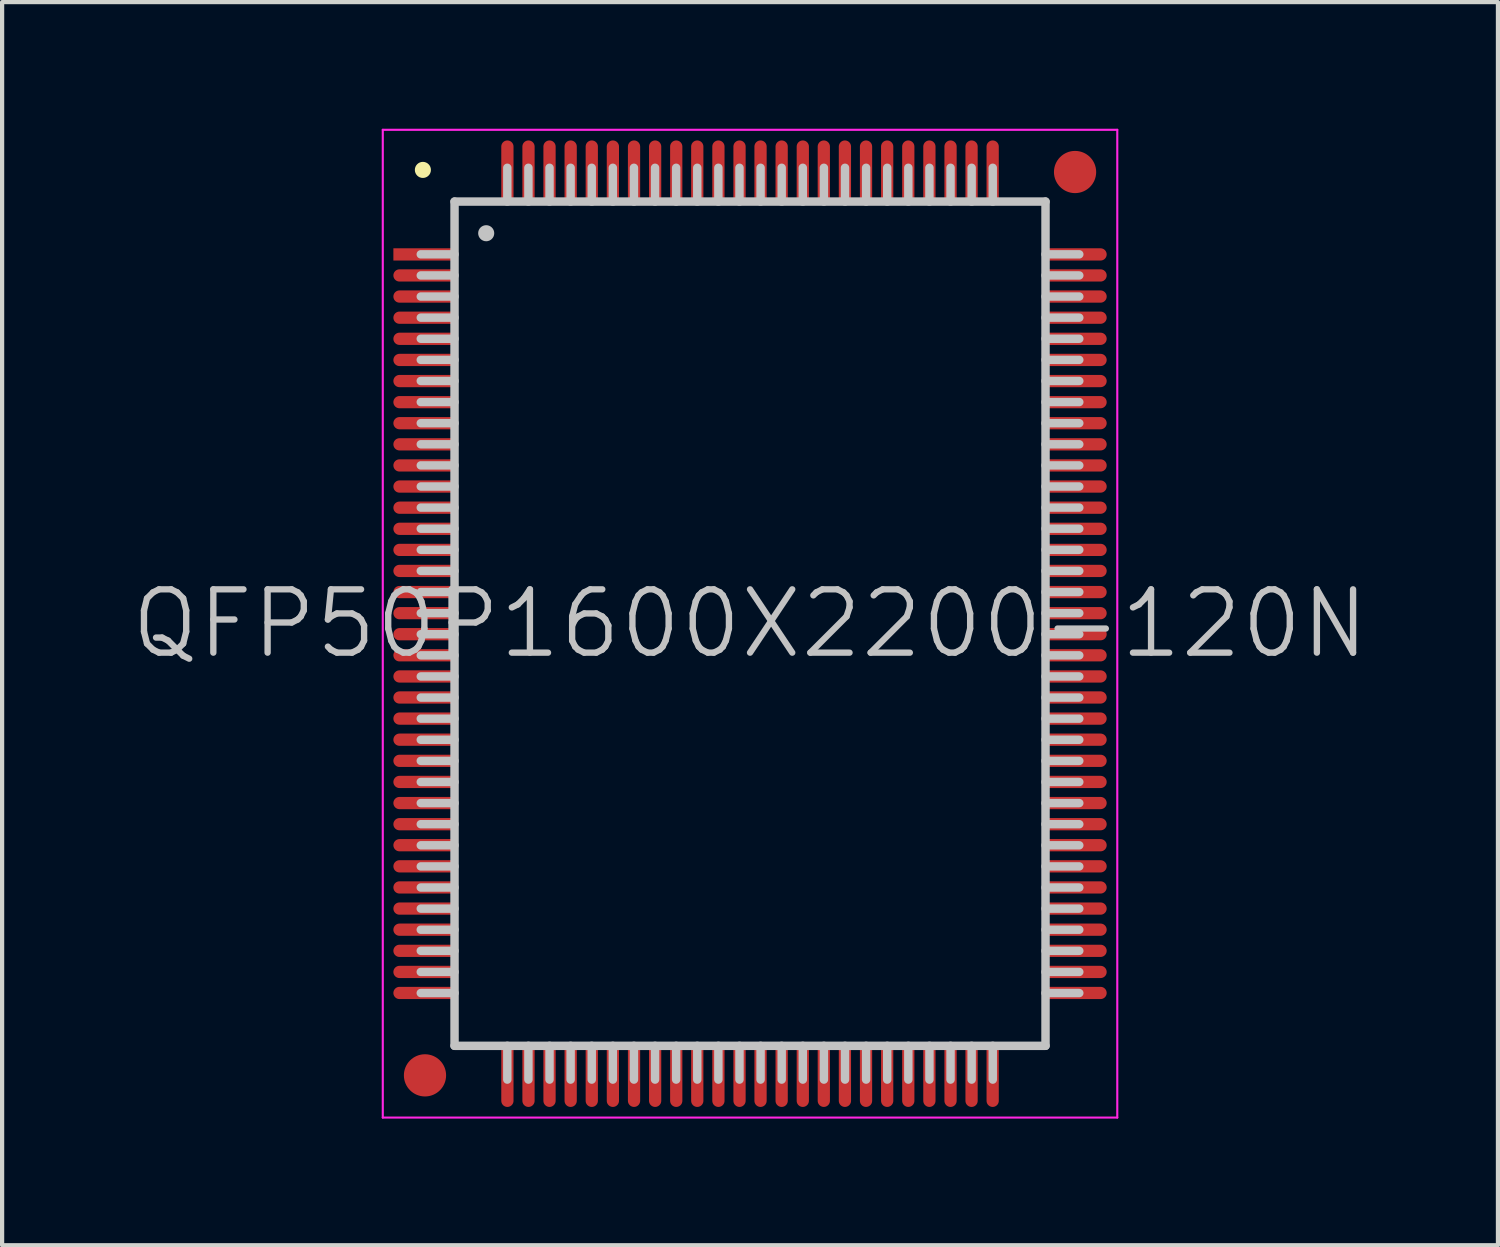
<source format=kicad_pcb>
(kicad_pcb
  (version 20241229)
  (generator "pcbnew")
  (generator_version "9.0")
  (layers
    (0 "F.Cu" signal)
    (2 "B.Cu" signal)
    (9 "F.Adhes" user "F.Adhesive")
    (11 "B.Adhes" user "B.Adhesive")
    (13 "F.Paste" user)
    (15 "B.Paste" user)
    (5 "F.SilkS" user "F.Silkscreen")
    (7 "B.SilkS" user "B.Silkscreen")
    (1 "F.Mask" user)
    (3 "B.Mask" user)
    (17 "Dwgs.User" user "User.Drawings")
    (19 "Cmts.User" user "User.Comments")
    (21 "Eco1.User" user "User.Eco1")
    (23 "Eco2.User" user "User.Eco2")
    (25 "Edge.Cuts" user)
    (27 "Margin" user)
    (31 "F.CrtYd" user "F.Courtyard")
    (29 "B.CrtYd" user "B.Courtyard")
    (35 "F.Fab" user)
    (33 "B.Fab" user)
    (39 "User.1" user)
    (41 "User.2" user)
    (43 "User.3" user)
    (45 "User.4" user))
  (footprint "QFP50P1600X2200-120N"
    (layer "F.Cu")
    (at 14.718 11.725)
    (property "Reference" "QFP50P1600X2200-120N" (at 0 0 0) (layer "Dwgs.User") (effects (font (size 1.5 1.5) (thickness 0.15))))
    (attr smd)
    (fp_line (start -7.75 -10.75) (end -7.75 -10.75) (stroke (width 0.381) (type solid)) (layer "F.SilkS"))
    (fp_line (start -7 -10) (end -7 10) (stroke (width 0.2) (type solid)) (layer "Dwgs.User"))
    (fp_line (start -7 -10) (end 7 -10) (stroke (width 0.2) (type solid)) (layer "Dwgs.User"))
    (fp_line (start -7 -8.75) (end -7.8 -8.75) (stroke (width 0.2) (type solid)) (layer "Dwgs.User"))
    (fp_line (start -7 -8.25) (end -7.8 -8.25) (stroke (width 0.2) (type solid)) (layer "Dwgs.User"))
    (fp_line (start -7 -7.75) (end -7.8 -7.75) (stroke (width 0.2) (type solid)) (layer "Dwgs.User"))
    (fp_line (start -7 -7.25) (end -7.8 -7.25) (stroke (width 0.2) (type solid)) (layer "Dwgs.User"))
    (fp_line (start -7 -6.75) (end -7.8 -6.75) (stroke (width 0.2) (type solid)) (layer "Dwgs.User"))
    (fp_line (start -7 -6.25) (end -7.8 -6.25) (stroke (width 0.2) (type solid)) (layer "Dwgs.User"))
    (fp_line (start -7 -5.75) (end -7.8 -5.75) (stroke (width 0.2) (type solid)) (layer "Dwgs.User"))
    (fp_line (start -7 -5.25) (end -7.8 -5.25) (stroke (width 0.2) (type solid)) (layer "Dwgs.User"))
    (fp_line (start -7 -4.75) (end -7.8 -4.75) (stroke (width 0.2) (type solid)) (layer "Dwgs.User"))
    (fp_line (start -7 -4.25) (end -7.8 -4.25) (stroke (width 0.2) (type solid)) (layer "Dwgs.User"))
    (fp_line (start -7 -3.75) (end -7.8 -3.75) (stroke (width 0.2) (type solid)) (layer "Dwgs.User"))
    (fp_line (start -7 -3.25) (end -7.8 -3.25) (stroke (width 0.2) (type solid)) (layer "Dwgs.User"))
    (fp_line (start -7 -2.75) (end -7.8 -2.75) (stroke (width 0.2) (type solid)) (layer "Dwgs.User"))
    (fp_line (start -7 -2.25) (end -7.8 -2.25) (stroke (width 0.2) (type solid)) (layer "Dwgs.User"))
    (fp_line (start -7 -1.75) (end -7.8 -1.75) (stroke (width 0.2) (type solid)) (layer "Dwgs.User"))
    (fp_line (start -7 -1.25) (end -7.8 -1.25) (stroke (width 0.2) (type solid)) (layer "Dwgs.User"))
    (fp_line (start -7 -0.75) (end -7.8 -0.75) (stroke (width 0.2) (type solid)) (layer "Dwgs.User"))
    (fp_line (start -7 -0.25) (end -7.8 -0.25) (stroke (width 0.2) (type solid)) (layer "Dwgs.User"))
    (fp_line (start -7 0.25) (end -7.8 0.25) (stroke (width 0.2) (type solid)) (layer "Dwgs.User"))
    (fp_line (start -7 0.75) (end -7.8 0.75) (stroke (width 0.2) (type solid)) (layer "Dwgs.User"))
    (fp_line (start -7 1.25) (end -7.8 1.25) (stroke (width 0.2) (type solid)) (layer "Dwgs.User"))
    (fp_line (start -7 1.75) (end -7.8 1.75) (stroke (width 0.2) (type solid)) (layer "Dwgs.User"))
    (fp_line (start -7 2.25) (end -7.8 2.25) (stroke (width 0.2) (type solid)) (layer "Dwgs.User"))
    (fp_line (start -7 2.75) (end -7.8 2.75) (stroke (width 0.2) (type solid)) (layer "Dwgs.User"))
    (fp_line (start -7 3.25) (end -7.8 3.25) (stroke (width 0.2) (type solid)) (layer "Dwgs.User"))
    (fp_line (start -7 3.75) (end -7.8 3.75) (stroke (width 0.2) (type solid)) (layer "Dwgs.User"))
    (fp_line (start -7 4.25) (end -7.8 4.25) (stroke (width 0.2) (type solid)) (layer "Dwgs.User"))
    (fp_line (start -7 4.75) (end -7.8 4.75) (stroke (width 0.2) (type solid)) (layer "Dwgs.User"))
    (fp_line (start -7 5.25) (end -7.8 5.25) (stroke (width 0.2) (type solid)) (layer "Dwgs.User"))
    (fp_line (start -7 5.75) (end -7.8 5.75) (stroke (width 0.2) (type solid)) (layer "Dwgs.User"))
    (fp_line (start -7 6.25) (end -7.8 6.25) (stroke (width 0.2) (type solid)) (layer "Dwgs.User"))
    (fp_line (start -7 6.75) (end -7.8 6.75) (stroke (width 0.2) (type solid)) (layer "Dwgs.User"))
    (fp_line (start -7 7.25) (end -7.8 7.25) (stroke (width 0.2) (type solid)) (layer "Dwgs.User"))
    (fp_line (start -7 7.75) (end -7.8 7.75) (stroke (width 0.2) (type solid)) (layer "Dwgs.User"))
    (fp_line (start -7 8.25) (end -7.8 8.25) (stroke (width 0.2) (type solid)) (layer "Dwgs.User"))
    (fp_line (start -7 8.75) (end -7.8 8.75) (stroke (width 0.2) (type solid)) (layer "Dwgs.User"))
    (fp_line (start -7 10) (end 7 10) (stroke (width 0.2) (type solid)) (layer "Dwgs.User"))
    (fp_line (start -6.25 -9.25) (end -6.25 -9.25) (stroke (width 0.381) (type solid)) (layer "Dwgs.User"))
    (fp_line (start -5.75 -10) (end -5.75 -10.8) (stroke (width 0.2) (type solid)) (layer "Dwgs.User"))
    (fp_line (start -5.75 10.8) (end -5.75 10) (stroke (width 0.2) (type solid)) (layer "Dwgs.User"))
    (fp_line (start -5.25 -10) (end -5.25 -10.8) (stroke (width 0.2) (type solid)) (layer "Dwgs.User"))
    (fp_line (start -5.25 10.8) (end -5.25 10) (stroke (width 0.2) (type solid)) (layer "Dwgs.User"))
    (fp_line (start -4.75 -10) (end -4.75 -10.8) (stroke (width 0.2) (type solid)) (layer "Dwgs.User"))
    (fp_line (start -4.75 10.8) (end -4.75 10) (stroke (width 0.2) (type solid)) (layer "Dwgs.User"))
    (fp_line (start -4.25 -10) (end -4.25 -10.8) (stroke (width 0.2) (type solid)) (layer "Dwgs.User"))
    (fp_line (start -4.25 10.8) (end -4.25 10) (stroke (width 0.2) (type solid)) (layer "Dwgs.User"))
    (fp_line (start -3.75 -10) (end -3.75 -10.8) (stroke (width 0.2) (type solid)) (layer "Dwgs.User"))
    (fp_line (start -3.75 10.8) (end -3.75 10) (stroke (width 0.2) (type solid)) (layer "Dwgs.User"))
    (fp_line (start -3.25 -10) (end -3.25 -10.8) (stroke (width 0.2) (type solid)) (layer "Dwgs.User"))
    (fp_line (start -3.25 10.8) (end -3.25 10) (stroke (width 0.2) (type solid)) (layer "Dwgs.User"))
    (fp_line (start -2.75 -10) (end -2.75 -10.8) (stroke (width 0.2) (type solid)) (layer "Dwgs.User"))
    (fp_line (start -2.75 10.8) (end -2.75 10) (stroke (width 0.2) (type solid)) (layer "Dwgs.User"))
    (fp_line (start -2.25 -10) (end -2.25 -10.8) (stroke (width 0.2) (type solid)) (layer "Dwgs.User"))
    (fp_line (start -2.25 10.8) (end -2.25 10) (stroke (width 0.2) (type solid)) (layer "Dwgs.User"))
    (fp_line (start -1.75 -10) (end -1.75 -10.8) (stroke (width 0.2) (type solid)) (layer "Dwgs.User"))
    (fp_line (start -1.75 10.8) (end -1.75 10) (stroke (width 0.2) (type solid)) (layer "Dwgs.User"))
    (fp_line (start -1.25 -10) (end -1.25 -10.8) (stroke (width 0.2) (type solid)) (layer "Dwgs.User"))
    (fp_line (start -1.25 10.8) (end -1.25 10) (stroke (width 0.2) (type solid)) (layer "Dwgs.User"))
    (fp_line (start -0.75 -10) (end -0.75 -10.8) (stroke (width 0.2) (type solid)) (layer "Dwgs.User"))
    (fp_line (start -0.75 10.8) (end -0.75 10) (stroke (width 0.2) (type solid)) (layer "Dwgs.User"))
    (fp_line (start -0.25 -10) (end -0.25 -10.8) (stroke (width 0.2) (type solid)) (layer "Dwgs.User"))
    (fp_line (start -0.25 10.8) (end -0.25 10) (stroke (width 0.2) (type solid)) (layer "Dwgs.User"))
    (fp_line (start 0.25 -10) (end 0.25 -10.8) (stroke (width 0.2) (type solid)) (layer "Dwgs.User"))
    (fp_line (start 0.25 10.8) (end 0.25 10) (stroke (width 0.2) (type solid)) (layer "Dwgs.User"))
    (fp_line (start 0.75 -10) (end 0.75 -10.8) (stroke (width 0.2) (type solid)) (layer "Dwgs.User"))
    (fp_line (start 0.75 10.8) (end 0.75 10) (stroke (width 0.2) (type solid)) (layer "Dwgs.User"))
    (fp_line (start 1.25 -10) (end 1.25 -10.8) (stroke (width 0.2) (type solid)) (layer "Dwgs.User"))
    (fp_line (start 1.25 10.8) (end 1.25 10) (stroke (width 0.2) (type solid)) (layer "Dwgs.User"))
    (fp_line (start 1.75 -10) (end 1.75 -10.8) (stroke (width 0.2) (type solid)) (layer "Dwgs.User"))
    (fp_line (start 1.75 10.8) (end 1.75 10) (stroke (width 0.2) (type solid)) (layer "Dwgs.User"))
    (fp_line (start 2.25 -10) (end 2.25 -10.8) (stroke (width 0.2) (type solid)) (layer "Dwgs.User"))
    (fp_line (start 2.25 10.8) (end 2.25 10) (stroke (width 0.2) (type solid)) (layer "Dwgs.User"))
    (fp_line (start 2.75 -10) (end 2.75 -10.8) (stroke (width 0.2) (type solid)) (layer "Dwgs.User"))
    (fp_line (start 2.75 10.8) (end 2.75 10) (stroke (width 0.2) (type solid)) (layer "Dwgs.User"))
    (fp_line (start 3.25 -10) (end 3.25 -10.8) (stroke (width 0.2) (type solid)) (layer "Dwgs.User"))
    (fp_line (start 3.25 10.8) (end 3.25 10) (stroke (width 0.2) (type solid)) (layer "Dwgs.User"))
    (fp_line (start 3.75 -10) (end 3.75 -10.8) (stroke (width 0.2) (type solid)) (layer "Dwgs.User"))
    (fp_line (start 3.75 10.8) (end 3.75 10) (stroke (width 0.2) (type solid)) (layer "Dwgs.User"))
    (fp_line (start 4.25 -10) (end 4.25 -10.8) (stroke (width 0.2) (type solid)) (layer "Dwgs.User"))
    (fp_line (start 4.25 10.8) (end 4.25 10) (stroke (width 0.2) (type solid)) (layer "Dwgs.User"))
    (fp_line (start 4.75 -10) (end 4.75 -10.8) (stroke (width 0.2) (type solid)) (layer "Dwgs.User"))
    (fp_line (start 4.75 10.8) (end 4.75 10) (stroke (width 0.2) (type solid)) (layer "Dwgs.User"))
    (fp_line (start 5.25 -10) (end 5.25 -10.8) (stroke (width 0.2) (type solid)) (layer "Dwgs.User"))
    (fp_line (start 5.25 10.8) (end 5.25 10) (stroke (width 0.2) (type solid)) (layer "Dwgs.User"))
    (fp_line (start 5.75 -10) (end 5.75 -10.8) (stroke (width 0.2) (type solid)) (layer "Dwgs.User"))
    (fp_line (start 5.75 10.8) (end 5.75 10) (stroke (width 0.2) (type solid)) (layer "Dwgs.User"))
    (fp_line (start 7 -10) (end 7 10) (stroke (width 0.2) (type solid)) (layer "Dwgs.User"))
    (fp_line (start 7.8 -8.75) (end 7 -8.75) (stroke (width 0.2) (type solid)) (layer "Dwgs.User"))
    (fp_line (start 7.8 -8.25) (end 7 -8.25) (stroke (width 0.2) (type solid)) (layer "Dwgs.User"))
    (fp_line (start 7.8 -7.75) (end 7 -7.75) (stroke (width 0.2) (type solid)) (layer "Dwgs.User"))
    (fp_line (start 7.8 -7.25) (end 7 -7.25) (stroke (width 0.2) (type solid)) (layer "Dwgs.User"))
    (fp_line (start 7.8 -6.75) (end 7 -6.75) (stroke (width 0.2) (type solid)) (layer "Dwgs.User"))
    (fp_line (start 7.8 -6.25) (end 7 -6.25) (stroke (width 0.2) (type solid)) (layer "Dwgs.User"))
    (fp_line (start 7.8 -5.75) (end 7 -5.75) (stroke (width 0.2) (type solid)) (layer "Dwgs.User"))
    (fp_line (start 7.8 -5.25) (end 7 -5.25) (stroke (width 0.2) (type solid)) (layer "Dwgs.User"))
    (fp_line (start 7.8 -4.75) (end 7 -4.75) (stroke (width 0.2) (type solid)) (layer "Dwgs.User"))
    (fp_line (start 7.8 -4.25) (end 7 -4.25) (stroke (width 0.2) (type solid)) (layer "Dwgs.User"))
    (fp_line (start 7.8 -3.75) (end 7 -3.75) (stroke (width 0.2) (type solid)) (layer "Dwgs.User"))
    (fp_line (start 7.8 -3.25) (end 7 -3.25) (stroke (width 0.2) (type solid)) (layer "Dwgs.User"))
    (fp_line (start 7.8 -2.75) (end 7 -2.75) (stroke (width 0.2) (type solid)) (layer "Dwgs.User"))
    (fp_line (start 7.8 -2.25) (end 7 -2.25) (stroke (width 0.2) (type solid)) (layer "Dwgs.User"))
    (fp_line (start 7.8 -1.75) (end 7 -1.75) (stroke (width 0.2) (type solid)) (layer "Dwgs.User"))
    (fp_line (start 7.8 -1.25) (end 7 -1.25) (stroke (width 0.2) (type solid)) (layer "Dwgs.User"))
    (fp_line (start 7.8 -0.75) (end 7 -0.75) (stroke (width 0.2) (type solid)) (layer "Dwgs.User"))
    (fp_line (start 7.8 -0.25) (end 7 -0.25) (stroke (width 0.2) (type solid)) (layer "Dwgs.User"))
    (fp_line (start 7.8 0.25) (end 7 0.25) (stroke (width 0.2) (type solid)) (layer "Dwgs.User"))
    (fp_line (start 7.8 0.75) (end 7 0.75) (stroke (width 0.2) (type solid)) (layer "Dwgs.User"))
    (fp_line (start 7.8 1.25) (end 7 1.25) (stroke (width 0.2) (type solid)) (layer "Dwgs.User"))
    (fp_line (start 7.8 1.75) (end 7 1.75) (stroke (width 0.2) (type solid)) (layer "Dwgs.User"))
    (fp_line (start 7.8 2.25) (end 7 2.25) (stroke (width 0.2) (type solid)) (layer "Dwgs.User"))
    (fp_line (start 7.8 2.75) (end 7 2.75) (stroke (width 0.2) (type solid)) (layer "Dwgs.User"))
    (fp_line (start 7.8 3.25) (end 7 3.25) (stroke (width 0.2) (type solid)) (layer "Dwgs.User"))
    (fp_line (start 7.8 3.75) (end 7 3.75) (stroke (width 0.2) (type solid)) (layer "Dwgs.User"))
    (fp_line (start 7.8 4.25) (end 7 4.25) (stroke (width 0.2) (type solid)) (layer "Dwgs.User"))
    (fp_line (start 7.8 4.75) (end 7 4.75) (stroke (width 0.2) (type solid)) (layer "Dwgs.User"))
    (fp_line (start 7.8 5.25) (end 7 5.25) (stroke (width 0.2) (type solid)) (layer "Dwgs.User"))
    (fp_line (start 7.8 5.75) (end 7 5.75) (stroke (width 0.2) (type solid)) (layer "Dwgs.User"))
    (fp_line (start 7.8 6.25) (end 7 6.25) (stroke (width 0.2) (type solid)) (layer "Dwgs.User"))
    (fp_line (start 7.8 6.75) (end 7 6.75) (stroke (width 0.2) (type solid)) (layer "Dwgs.User"))
    (fp_line (start 7.8 7.25) (end 7 7.25) (stroke (width 0.2) (type solid)) (layer "Dwgs.User"))
    (fp_line (start 7.8 7.75) (end 7 7.75) (stroke (width 0.2) (type solid)) (layer "Dwgs.User"))
    (fp_line (start 7.8 8.25) (end 7 8.25) (stroke (width 0.2) (type solid)) (layer "Dwgs.User"))
    (fp_line (start 7.8 8.75) (end 7 8.75) (stroke (width 0.2) (type solid)) (layer "Dwgs.User"))
    (fp_line (start -8.7 -11.7) (end -8.7 11.7) (stroke (width 0.05) (type solid)) (layer "F.CrtYd"))
    (fp_line (start -8.7 -11.7) (end 8.7 -11.7) (stroke (width 0.05) (type solid)) (layer "F.CrtYd"))
    (fp_line (start -8.7 11.7) (end 8.7 11.7) (stroke (width 0.05) (type solid)) (layer "F.CrtYd"))
    (fp_line (start 8.7 -11.7) (end 8.7 11.7) (stroke (width 0.05) (type solid)) (layer "F.CrtYd"))
    (pad "" smd circle (at -7.7 10.7) (size 1 1) (layers "F.Cu" "F.Mask"))
    (pad "" smd circle (at 7.7 -10.7) (size 1 1) (layers "F.Cu" "F.Mask"))
    (pad "1" smd rect (at -7.699 -8.748 90) (size 0.29 1.5) (layers "F.Cu" "F.Mask" "F.Paste"))
    (pad "2" smd oval (at -7.699 -8.25 90) (size 0.29 1.5) (layers "F.Cu" "F.Mask" "F.Paste"))
    (pad "3" smd oval (at -7.699 -7.75 90) (size 0.29 1.5) (layers "F.Cu" "F.Mask" "F.Paste"))
    (pad "4" smd oval (at -7.699 -7.249 90) (size 0.29 1.5) (layers "F.Cu" "F.Mask" "F.Paste"))
    (pad "5" smd oval (at -7.699 -6.749 90) (size 0.29 1.5) (layers "F.Cu" "F.Mask" "F.Paste"))
    (pad "6" smd oval (at -7.699 -6.248 90) (size 0.29 1.5) (layers "F.Cu" "F.Mask" "F.Paste"))
    (pad "7" smd oval (at -7.699 -5.748 90) (size 0.29 1.5) (layers "F.Cu" "F.Mask" "F.Paste"))
    (pad "8" smd oval (at -7.699 -5.248 90) (size 0.29 1.5) (layers "F.Cu" "F.Mask" "F.Paste"))
    (pad "9" smd oval (at -7.699 -4.75 90) (size 0.29 1.5) (layers "F.Cu" "F.Mask" "F.Paste"))
    (pad "10" smd oval (at -7.699 -4.249 90) (size 0.29 1.5) (layers "F.Cu" "F.Mask" "F.Paste"))
    (pad "11" smd oval (at -7.699 -3.749 90) (size 0.29 1.5) (layers "F.Cu" "F.Mask" "F.Paste"))
    (pad "12" smd oval (at -7.699 -3.249 90) (size 0.29 1.5) (layers "F.Cu" "F.Mask" "F.Paste"))
    (pad "13" smd oval (at -7.699 -2.748 90) (size 0.29 1.5) (layers "F.Cu" "F.Mask" "F.Paste"))
    (pad "14" smd oval (at -7.699 -2.248 90) (size 0.29 1.5) (layers "F.Cu" "F.Mask" "F.Paste"))
    (pad "15" smd oval (at -7.699 -1.748 90) (size 0.29 1.5) (layers "F.Cu" "F.Mask" "F.Paste"))
    (pad "16" smd oval (at -7.699 -1.25 90) (size 0.29 1.5) (layers "F.Cu" "F.Mask" "F.Paste"))
    (pad "17" smd oval (at -7.699 -0.749 90) (size 0.29 1.5) (layers "F.Cu" "F.Mask" "F.Paste"))
    (pad "18" smd oval (at -7.699 -0.249 90) (size 0.29 1.5) (layers "F.Cu" "F.Mask" "F.Paste"))
    (pad "19" smd oval (at -7.699 0.249 90) (size 0.29 1.5) (layers "F.Cu" "F.Mask" "F.Paste"))
    (pad "20" smd oval (at -7.699 0.749 90) (size 0.29 1.5) (layers "F.Cu" "F.Mask" "F.Paste"))
    (pad "21" smd oval (at -7.699 1.25 90) (size 0.29 1.5) (layers "F.Cu" "F.Mask" "F.Paste"))
    (pad "22" smd oval (at -7.699 1.748 90) (size 0.29 1.5) (layers "F.Cu" "F.Mask" "F.Paste"))
    (pad "23" smd oval (at -7.699 2.248 90) (size 0.29 1.5) (layers "F.Cu" "F.Mask" "F.Paste"))
    (pad "24" smd oval (at -7.699 2.748 90) (size 0.29 1.5) (layers "F.Cu" "F.Mask" "F.Paste"))
    (pad "25" smd oval (at -7.699 3.249 90) (size 0.29 1.5) (layers "F.Cu" "F.Mask" "F.Paste"))
    (pad "26" smd oval (at -7.699 3.749 90) (size 0.29 1.5) (layers "F.Cu" "F.Mask" "F.Paste"))
    (pad "27" smd oval (at -7.699 4.249 90) (size 0.29 1.5) (layers "F.Cu" "F.Mask" "F.Paste"))
    (pad "28" smd oval (at -7.699 4.75 90) (size 0.29 1.5) (layers "F.Cu" "F.Mask" "F.Paste"))
    (pad "29" smd oval (at -7.699 5.248 90) (size 0.29 1.5) (layers "F.Cu" "F.Mask" "F.Paste"))
    (pad "30" smd oval (at -7.699 5.748 90) (size 0.29 1.5) (layers "F.Cu" "F.Mask" "F.Paste"))
    (pad "31" smd oval (at -7.699 6.248 90) (size 0.29 1.5) (layers "F.Cu" "F.Mask" "F.Paste"))
    (pad "32" smd oval (at -7.699 6.749 90) (size 0.29 1.5) (layers "F.Cu" "F.Mask" "F.Paste"))
    (pad "33" smd oval (at -7.699 7.249 90) (size 0.29 1.5) (layers "F.Cu" "F.Mask" "F.Paste"))
    (pad "34" smd oval (at -7.699 7.75 90) (size 0.29 1.5) (layers "F.Cu" "F.Mask" "F.Paste"))
    (pad "35" smd oval (at -7.699 8.25 90) (size 0.29 1.5) (layers "F.Cu" "F.Mask" "F.Paste"))
    (pad "36" smd oval (at -7.699 8.748 90) (size 0.29 1.5) (layers "F.Cu" "F.Mask" "F.Paste"))
    (pad "37" smd oval (at -5.748 10.698 180) (size 0.29 1.5) (layers "F.Cu" "F.Mask" "F.Paste"))
    (pad "38" smd oval (at -5.248 10.698 180) (size 0.29 1.5) (layers "F.Cu" "F.Mask" "F.Paste"))
    (pad "39" smd oval (at -4.75 10.698 180) (size 0.29 1.5) (layers "F.Cu" "F.Mask" "F.Paste"))
    (pad "40" smd oval (at -4.249 10.698 180) (size 0.29 1.5) (layers "F.Cu" "F.Mask" "F.Paste"))
    (pad "41" smd oval (at -3.749 10.698 180) (size 0.29 1.5) (layers "F.Cu" "F.Mask" "F.Paste"))
    (pad "42" smd oval (at -3.249 10.698 180) (size 0.29 1.5) (layers "F.Cu" "F.Mask" "F.Paste"))
    (pad "43" smd oval (at -2.748 10.698 180) (size 0.29 1.5) (layers "F.Cu" "F.Mask" "F.Paste"))
    (pad "44" smd oval (at -2.248 10.698 180) (size 0.29 1.5) (layers "F.Cu" "F.Mask" "F.Paste"))
    (pad "45" smd oval (at -1.748 10.698 180) (size 0.29 1.5) (layers "F.Cu" "F.Mask" "F.Paste"))
    (pad "46" smd oval (at -1.25 10.698 180) (size 0.29 1.5) (layers "F.Cu" "F.Mask" "F.Paste"))
    (pad "47" smd oval (at -0.749 10.698 180) (size 0.29 1.5) (layers "F.Cu" "F.Mask" "F.Paste"))
    (pad "48" smd oval (at -0.249 10.698 180) (size 0.29 1.5) (layers "F.Cu" "F.Mask" "F.Paste"))
    (pad "49" smd oval (at 0.249 10.698 180) (size 0.29 1.5) (layers "F.Cu" "F.Mask" "F.Paste"))
    (pad "50" smd oval (at 0.749 10.698 180) (size 0.29 1.5) (layers "F.Cu" "F.Mask" "F.Paste"))
    (pad "51" smd oval (at 1.25 10.698 180) (size 0.29 1.5) (layers "F.Cu" "F.Mask" "F.Paste"))
    (pad "52" smd oval (at 1.748 10.698 180) (size 0.29 1.5) (layers "F.Cu" "F.Mask" "F.Paste"))
    (pad "53" smd oval (at 2.248 10.698 180) (size 0.29 1.5) (layers "F.Cu" "F.Mask" "F.Paste"))
    (pad "54" smd oval (at 2.748 10.698 180) (size 0.29 1.5) (layers "F.Cu" "F.Mask" "F.Paste"))
    (pad "55" smd oval (at 3.249 10.698 180) (size 0.29 1.5) (layers "F.Cu" "F.Mask" "F.Paste"))
    (pad "56" smd oval (at 3.749 10.698 180) (size 0.29 1.5) (layers "F.Cu" "F.Mask" "F.Paste"))
    (pad "57" smd oval (at 4.249 10.698 180) (size 0.29 1.5) (layers "F.Cu" "F.Mask" "F.Paste"))
    (pad "58" smd oval (at 4.75 10.698 180) (size 0.29 1.5) (layers "F.Cu" "F.Mask" "F.Paste"))
    (pad "59" smd oval (at 5.248 10.698 180) (size 0.29 1.5) (layers "F.Cu" "F.Mask" "F.Paste"))
    (pad "60" smd oval (at 5.748 10.698 180) (size 0.29 1.5) (layers "F.Cu" "F.Mask" "F.Paste"))
    (pad "61" smd oval (at 7.699 8.748 270) (size 0.29 1.5) (layers "F.Cu" "F.Mask" "F.Paste"))
    (pad "62" smd oval (at 7.699 8.25 270) (size 0.29 1.5) (layers "F.Cu" "F.Mask" "F.Paste"))
    (pad "63" smd oval (at 7.699 7.75 270) (size 0.29 1.5) (layers "F.Cu" "F.Mask" "F.Paste"))
    (pad "64" smd oval (at 7.699 7.249 270) (size 0.29 1.5) (layers "F.Cu" "F.Mask" "F.Paste"))
    (pad "65" smd oval (at 7.699 6.749 270) (size 0.29 1.5) (layers "F.Cu" "F.Mask" "F.Paste"))
    (pad "66" smd oval (at 7.699 6.248 270) (size 0.29 1.5) (layers "F.Cu" "F.Mask" "F.Paste"))
    (pad "67" smd oval (at 7.699 5.748 270) (size 0.29 1.5) (layers "F.Cu" "F.Mask" "F.Paste"))
    (pad "68" smd oval (at 7.699 5.248 270) (size 0.29 1.5) (layers "F.Cu" "F.Mask" "F.Paste"))
    (pad "69" smd oval (at 7.699 4.75 270) (size 0.29 1.5) (layers "F.Cu" "F.Mask" "F.Paste"))
    (pad "70" smd oval (at 7.699 4.249 270) (size 0.29 1.5) (layers "F.Cu" "F.Mask" "F.Paste"))
    (pad "71" smd oval (at 7.699 3.749 270) (size 0.29 1.5) (layers "F.Cu" "F.Mask" "F.Paste"))
    (pad "72" smd oval (at 7.699 3.249 270) (size 0.29 1.5) (layers "F.Cu" "F.Mask" "F.Paste"))
    (pad "73" smd oval (at 7.699 2.748 270) (size 0.29 1.5) (layers "F.Cu" "F.Mask" "F.Paste"))
    (pad "74" smd oval (at 7.699 2.248 270) (size 0.29 1.5) (layers "F.Cu" "F.Mask" "F.Paste"))
    (pad "75" smd oval (at 7.699 1.748 270) (size 0.29 1.5) (layers "F.Cu" "F.Mask" "F.Paste"))
    (pad "76" smd oval (at 7.699 1.25 270) (size 0.29 1.5) (layers "F.Cu" "F.Mask" "F.Paste"))
    (pad "77" smd oval (at 7.699 0.749 270) (size 0.29 1.5) (layers "F.Cu" "F.Mask" "F.Paste"))
    (pad "78" smd oval (at 7.699 0.249 270) (size 0.29 1.5) (layers "F.Cu" "F.Mask" "F.Paste"))
    (pad "79" smd oval (at 7.699 -0.249 270) (size 0.29 1.5) (layers "F.Cu" "F.Mask" "F.Paste"))
    (pad "80" smd oval (at 7.699 -0.749 270) (size 0.29 1.5) (layers "F.Cu" "F.Mask" "F.Paste"))
    (pad "81" smd oval (at 7.699 -1.25 270) (size 0.29 1.5) (layers "F.Cu" "F.Mask" "F.Paste"))
    (pad "82" smd oval (at 7.699 -1.748 270) (size 0.29 1.5) (layers "F.Cu" "F.Mask" "F.Paste"))
    (pad "83" smd oval (at 7.699 -2.248 270) (size 0.29 1.5) (layers "F.Cu" "F.Mask" "F.Paste"))
    (pad "84" smd oval (at 7.699 -2.748 270) (size 0.29 1.5) (layers "F.Cu" "F.Mask" "F.Paste"))
    (pad "85" smd oval (at 7.699 -3.249 270) (size 0.29 1.5) (layers "F.Cu" "F.Mask" "F.Paste"))
    (pad "86" smd oval (at 7.699 -3.749 270) (size 0.29 1.5) (layers "F.Cu" "F.Mask" "F.Paste"))
    (pad "87" smd oval (at 7.699 -4.249 270) (size 0.29 1.5) (layers "F.Cu" "F.Mask" "F.Paste"))
    (pad "88" smd oval (at 7.699 -4.75 270) (size 0.29 1.5) (layers "F.Cu" "F.Mask" "F.Paste"))
    (pad "89" smd oval (at 7.699 -5.248 270) (size 0.29 1.5) (layers "F.Cu" "F.Mask" "F.Paste"))
    (pad "90" smd oval (at 7.699 -5.748 270) (size 0.29 1.5) (layers "F.Cu" "F.Mask" "F.Paste"))
    (pad "91" smd oval (at 7.699 -6.248 270) (size 0.29 1.5) (layers "F.Cu" "F.Mask" "F.Paste"))
    (pad "92" smd oval (at 7.699 -6.749 270) (size 0.29 1.5) (layers "F.Cu" "F.Mask" "F.Paste"))
    (pad "93" smd oval (at 7.699 -7.249 270) (size 0.29 1.5) (layers "F.Cu" "F.Mask" "F.Paste"))
    (pad "94" smd oval (at 7.699 -7.75 270) (size 0.29 1.5) (layers "F.Cu" "F.Mask" "F.Paste"))
    (pad "95" smd oval (at 7.699 -8.25 270) (size 0.29 1.5) (layers "F.Cu" "F.Mask" "F.Paste"))
    (pad "96" smd oval (at 7.699 -8.748 270) (size 0.29 1.5) (layers "F.Cu" "F.Mask" "F.Paste"))
    (pad "97" smd oval (at 5.748 -10.698) (size 0.29 1.5) (layers "F.Cu" "F.Mask" "F.Paste"))
    (pad "98" smd oval (at 5.248 -10.698) (size 0.29 1.5) (layers "F.Cu" "F.Mask" "F.Paste"))
    (pad "99" smd oval (at 4.75 -10.698) (size 0.29 1.5) (layers "F.Cu" "F.Mask" "F.Paste"))
    (pad "100" smd oval (at 4.249 -10.698) (size 0.29 1.5) (layers "F.Cu" "F.Mask" "F.Paste"))
    (pad "101" smd oval (at 3.749 -10.698) (size 0.29 1.5) (layers "F.Cu" "F.Mask" "F.Paste"))
    (pad "102" smd oval (at 3.249 -10.698) (size 0.29 1.5) (layers "F.Cu" "F.Mask" "F.Paste"))
    (pad "103" smd oval (at 2.748 -10.698) (size 0.29 1.5) (layers "F.Cu" "F.Mask" "F.Paste"))
    (pad "104" smd oval (at 2.248 -10.698) (size 0.29 1.5) (layers "F.Cu" "F.Mask" "F.Paste"))
    (pad "105" smd oval (at 1.748 -10.698) (size 0.29 1.5) (layers "F.Cu" "F.Mask" "F.Paste"))
    (pad "106" smd oval (at 1.25 -10.698) (size 0.29 1.5) (layers "F.Cu" "F.Mask" "F.Paste"))
    (pad "107" smd oval (at 0.749 -10.698) (size 0.29 1.5) (layers "F.Cu" "F.Mask" "F.Paste"))
    (pad "108" smd oval (at 0.249 -10.698) (size 0.29 1.5) (layers "F.Cu" "F.Mask" "F.Paste"))
    (pad "109" smd oval (at -0.249 -10.698) (size 0.29 1.5) (layers "F.Cu" "F.Mask" "F.Paste"))
    (pad "110" smd oval (at -0.749 -10.698) (size 0.29 1.5) (layers "F.Cu" "F.Mask" "F.Paste"))
    (pad "111" smd oval (at -1.25 -10.698) (size 0.29 1.5) (layers "F.Cu" "F.Mask" "F.Paste"))
    (pad "112" smd oval (at -1.748 -10.698) (size 0.29 1.5) (layers "F.Cu" "F.Mask" "F.Paste"))
    (pad "113" smd oval (at -2.248 -10.698) (size 0.29 1.5) (layers "F.Cu" "F.Mask" "F.Paste"))
    (pad "114" smd oval (at -2.748 -10.698) (size 0.29 1.5) (layers "F.Cu" "F.Mask" "F.Paste"))
    (pad "115" smd oval (at -3.249 -10.698) (size 0.29 1.5) (layers "F.Cu" "F.Mask" "F.Paste"))
    (pad "116" smd oval (at -3.749 -10.698) (size 0.29 1.5) (layers "F.Cu" "F.Mask" "F.Paste"))
    (pad "117" smd oval (at -4.249 -10.698) (size 0.29 1.5) (layers "F.Cu" "F.Mask" "F.Paste"))
    (pad "118" smd oval (at -4.75 -10.698) (size 0.29 1.5) (layers "F.Cu" "F.Mask" "F.Paste"))
    (pad "119" smd oval (at -5.248 -10.698) (size 0.29 1.5) (layers "F.Cu" "F.Mask" "F.Paste"))
    (pad "120" smd oval (at -5.748 -10.698) (size 0.29 1.5) (layers "F.Cu" "F.Mask" "F.Paste")))
  (gr_rect
    (start -3 -3)
    (end 32.436 26.45)
    (stroke (width 0.1) (type default))
    (fill no)
    (layer "Edge.Cuts")))
</source>
